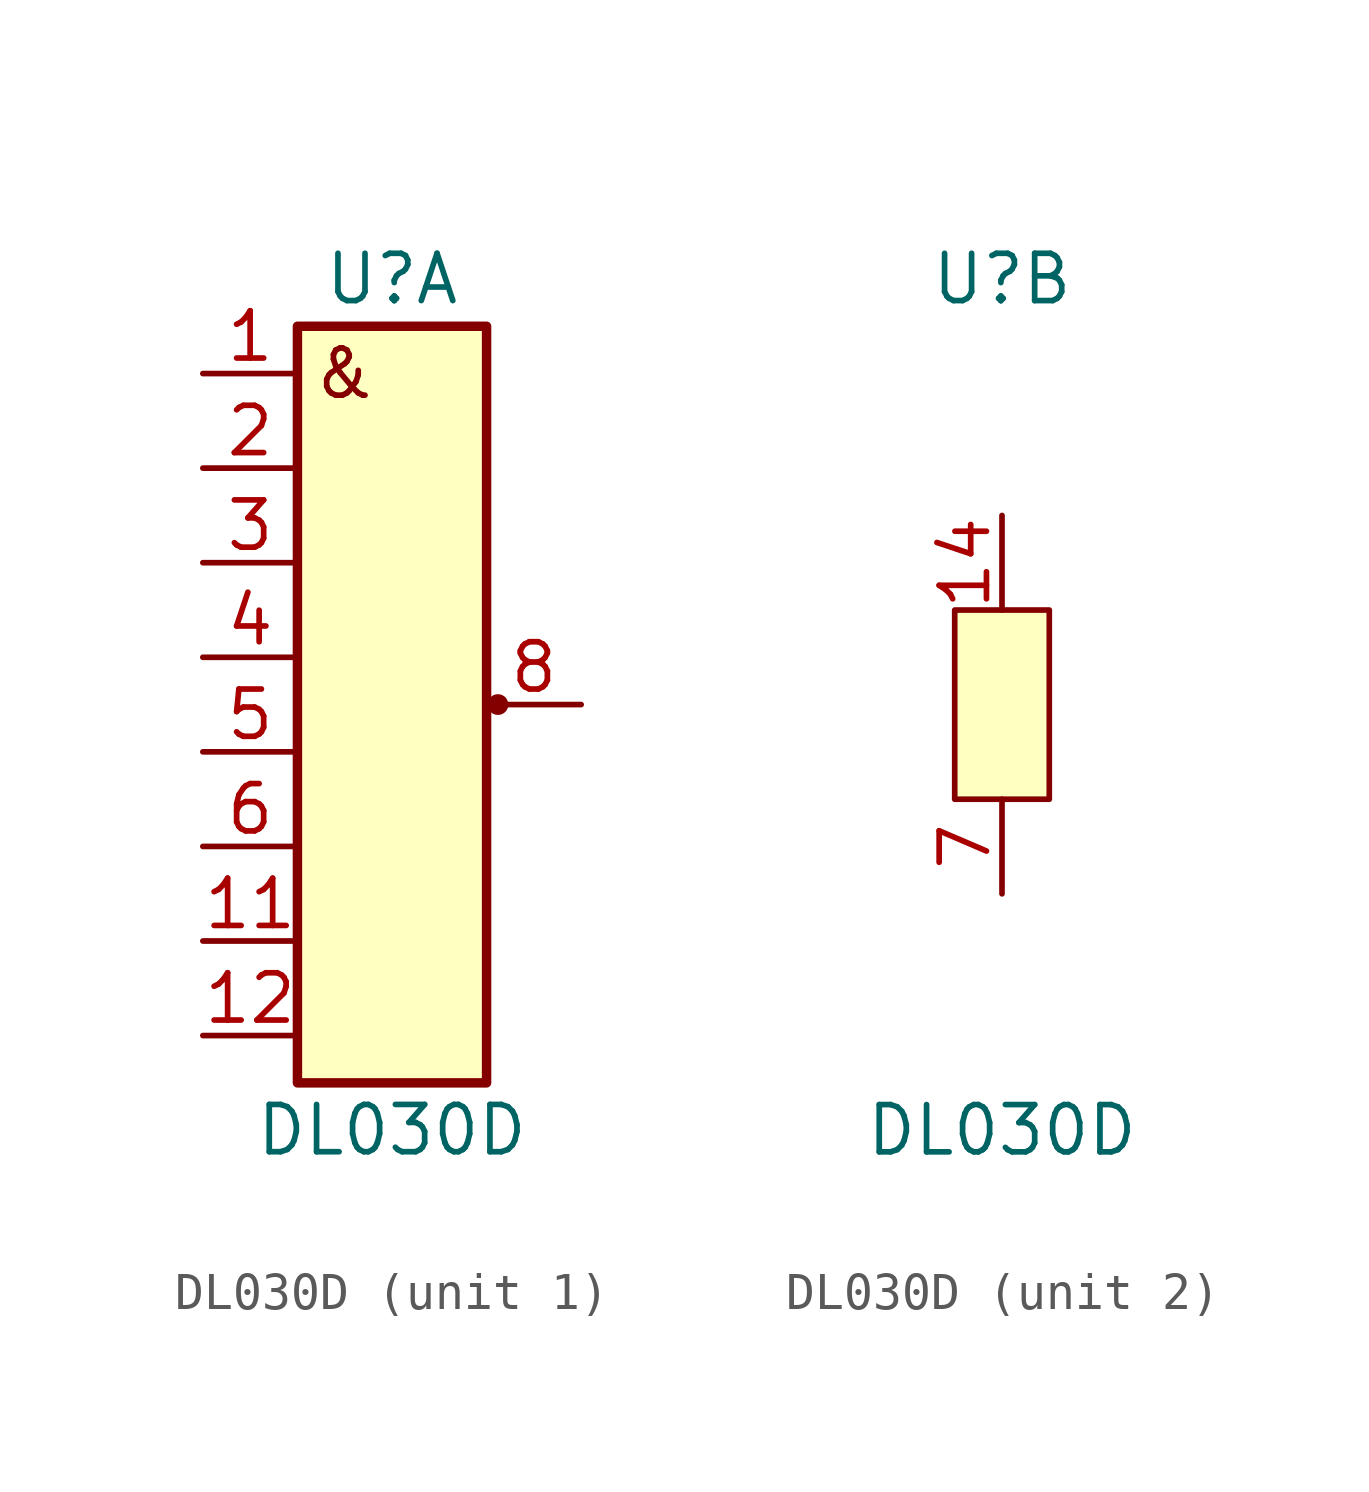
<source format=kicad_sym>
(kicad_symbol_lib
  (version 20211014)
  (generator kicad_symbol_editor)
  (symbol "DL030D"
    (pin_names
      (offset 1.016) hide)
    (property "Reference" "U"
      (at 0 11.43 0)
      (effects (font (size 1.27 1.27))))
    (property "Value" "DL030D"
      (at 0 -11.43 0)
      (effects (font (size 1.27 1.27))))
    (property "ki_locked" ""
      (at 0 0 0)
      (effects (font (size 1.27 1.27))))
    (symbol "DL030D_1_0"
      (pin output line (at 5.08 0 180) (length 2.54) (name "Y" (effects (font (size 1.27 1.27)))) (number "8" (effects (font (size 1.27 1.27))))))
    (symbol "DL030D_1_1"
      (rectangle (start -2.54 10.16) (end 2.54 -10.16) (stroke (width 0.254) (type default) (color 0 0 0 0)) (fill (type background)))
      (circle (center 2.845 0) (radius 0.203) (stroke (width 0) (type default) (color 0 0 0 0)) (fill (type outline)))
      (text "&" (at -1.27 8.89 0) (effects (font (size 1.27 1.27))))
      (pin input line (at -5.08 8.89 0) (length 2.54) (name "A" (effects (font (size 1.27 1.27)))) (number "1" (effects (font (size 1.27 1.27)))))
      (pin no_connect line (at 5.08 5.08 180) (length 2.54) hide (name "n.c." (effects (font (size 1.27 1.27)))) (number "10" (effects (font (size 1.27 1.27)))))
      (pin input line (at -5.08 -6.35 0) (length 2.54) (name "G" (effects (font (size 1.27 1.27)))) (number "11" (effects (font (size 1.27 1.27)))))
      (pin input line (at -5.08 -8.89 0) (length 2.54) (name "H" (effects (font (size 1.27 1.27)))) (number "12" (effects (font (size 1.27 1.27)))))
      (pin no_connect line (at 5.08 7.62 180) (length 2.54) hide (name "n.c." (effects (font (size 1.27 1.27)))) (number "13" (effects (font (size 1.27 1.27)))))
      (pin input line (at -5.08 6.35 0) (length 2.54) (name "B" (effects (font (size 1.27 1.27)))) (number "2" (effects (font (size 1.27 1.27)))))
      (pin input line (at -5.08 3.81 0) (length 2.54) (name "C" (effects (font (size 1.27 1.27)))) (number "3" (effects (font (size 1.27 1.27)))))
      (pin input line (at -5.08 1.27 0) (length 2.54) (name "D" (effects (font (size 1.27 1.27)))) (number "4" (effects (font (size 1.27 1.27)))))
      (pin input line (at -5.08 -1.27 0) (length 2.54) (name "E" (effects (font (size 1.27 1.27)))) (number "5" (effects (font (size 1.27 1.27)))))
      (pin input line (at -5.08 -3.81 0) (length 2.54) (name "F" (effects (font (size 1.27 1.27)))) (number "6" (effects (font (size 1.27 1.27)))))
      (pin no_connect line (at 5.08 2.54 180) (length 2.54) hide (name "n.c." (effects (font (size 1.27 1.27)))) (number "9" (effects (font (size 1.27 1.27))))))
    (symbol "DL030D_2_1"
      (rectangle (start -1.27 2.54) (end 1.27 -2.54) (stroke (width 0) (type default) (color 0 0 0 0)) (fill (type background)))
      (pin power_in line (at 0 5.08 270) (length 2.54) (name "Vcc" (effects (font (size 1.27 1.27)))) (number "14" (effects (font (size 1.27 1.27)))))
      (pin power_in line (at 0 -5.08 90) (length 2.54) (name "GND" (effects (font (size 1.27 1.27)))) (number "7" (effects (font (size 1.27 1.27))))))))
</source>
